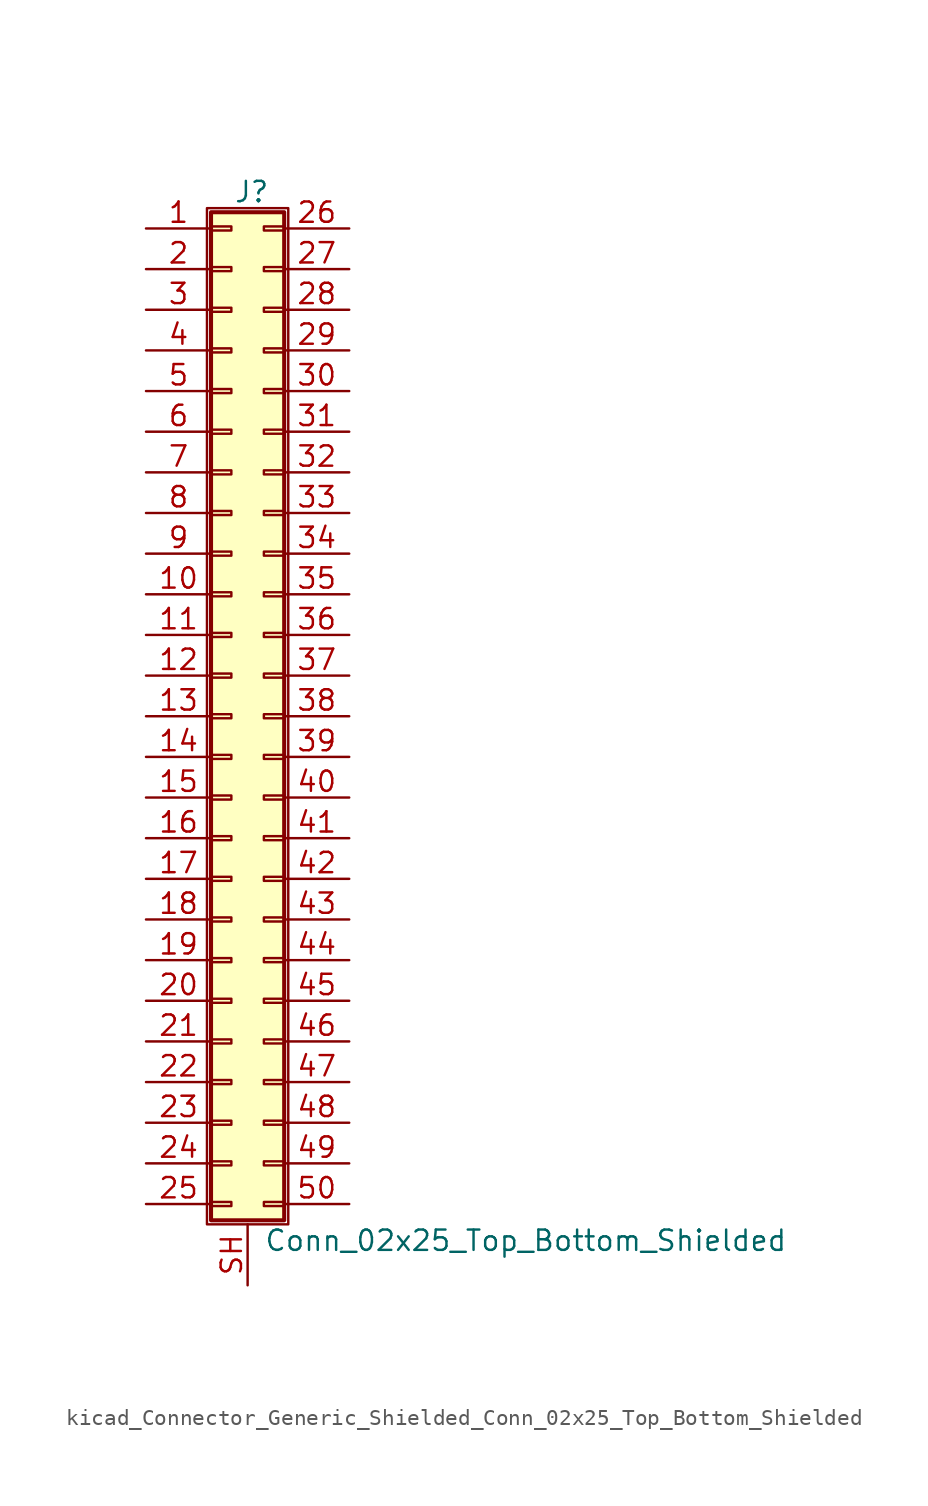
<source format=kicad_sym>
(kicad_symbol_lib
  (version 20220914)
  (generator kicad_symbol_editor)
  (symbol "kicad_Connector_Generic_Shielded_Conn_02x25_Top_Bottom_Shielded"
    (pin_names
      (offset 1.016) hide)
    (property "Reference" "J"
      (at 1.524 32.766 0)
      (effects (font (size 1.27 1.27))))
    (property "Value" "Conn_02x25_Top_Bottom_Shielded"
      (at 2.286 -32.766 0)
      (effects (font (size 1.27 1.27)) (justify left)))
    (symbol "kicad_Connector_Generic_Shielded_Conn_02x25_Top_Bottom_Shielded_1_1"
      (rectangle (start -1.27 31.75) (end 3.81 -31.75) (stroke (width 0.152) (type default)) (fill (type none)))
      (rectangle (start -1.016 -30.353) (end 0.254 -30.607) (stroke (width 0.152) (type default)) (fill (type none)))
      (rectangle (start -1.016 -27.813) (end 0.254 -28.067) (stroke (width 0.152) (type default)) (fill (type none)))
      (rectangle (start -1.016 -25.273) (end 0.254 -25.527) (stroke (width 0.152) (type default)) (fill (type none)))
      (rectangle (start -1.016 -22.733) (end 0.254 -22.987) (stroke (width 0.152) (type default)) (fill (type none)))
      (rectangle (start -1.016 -20.193) (end 0.254 -20.447) (stroke (width 0.152) (type default)) (fill (type none)))
      (rectangle (start -1.016 -17.653) (end 0.254 -17.907) (stroke (width 0.152) (type default)) (fill (type none)))
      (rectangle (start -1.016 -15.113) (end 0.254 -15.367) (stroke (width 0.152) (type default)) (fill (type none)))
      (rectangle (start -1.016 -12.573) (end 0.254 -12.827) (stroke (width 0.152) (type default)) (fill (type none)))
      (rectangle (start -1.016 -10.033) (end 0.254 -10.287) (stroke (width 0.152) (type default)) (fill (type none)))
      (rectangle (start -1.016 -7.493) (end 0.254 -7.747) (stroke (width 0.152) (type default)) (fill (type none)))
      (rectangle (start -1.016 -4.953) (end 0.254 -5.207) (stroke (width 0.152) (type default)) (fill (type none)))
      (rectangle (start -1.016 -2.413) (end 0.254 -2.667) (stroke (width 0.152) (type default)) (fill (type none)))
      (rectangle (start -1.016 0.127) (end 0.254 -0.127) (stroke (width 0.152) (type default)) (fill (type none)))
      (rectangle (start -1.016 2.667) (end 0.254 2.413) (stroke (width 0.152) (type default)) (fill (type none)))
      (rectangle (start -1.016 5.207) (end 0.254 4.953) (stroke (width 0.152) (type default)) (fill (type none)))
      (rectangle (start -1.016 7.747) (end 0.254 7.493) (stroke (width 0.152) (type default)) (fill (type none)))
      (rectangle (start -1.016 10.287) (end 0.254 10.033) (stroke (width 0.152) (type default)) (fill (type none)))
      (rectangle (start -1.016 12.827) (end 0.254 12.573) (stroke (width 0.152) (type default)) (fill (type none)))
      (rectangle (start -1.016 15.367) (end 0.254 15.113) (stroke (width 0.152) (type default)) (fill (type none)))
      (rectangle (start -1.016 17.907) (end 0.254 17.653) (stroke (width 0.152) (type default)) (fill (type none)))
      (rectangle (start -1.016 20.447) (end 0.254 20.193) (stroke (width 0.152) (type default)) (fill (type none)))
      (rectangle (start -1.016 22.987) (end 0.254 22.733) (stroke (width 0.152) (type default)) (fill (type none)))
      (rectangle (start -1.016 25.527) (end 0.254 25.273) (stroke (width 0.152) (type default)) (fill (type none)))
      (rectangle (start -1.016 28.067) (end 0.254 27.813) (stroke (width 0.152) (type default)) (fill (type none)))
      (rectangle (start -1.016 30.607) (end 0.254 30.353) (stroke (width 0.152) (type default)) (fill (type none)))
      (rectangle (start -1.016 31.496) (end 3.556 -31.496) (stroke (width 0.254) (type default)) (fill (type background)))
      (rectangle (start 3.556 -30.353) (end 2.286 -30.607) (stroke (width 0.152) (type default)) (fill (type none)))
      (rectangle (start 3.556 -27.813) (end 2.286 -28.067) (stroke (width 0.152) (type default)) (fill (type none)))
      (rectangle (start 3.556 -25.273) (end 2.286 -25.527) (stroke (width 0.152) (type default)) (fill (type none)))
      (rectangle (start 3.556 -22.733) (end 2.286 -22.987) (stroke (width 0.152) (type default)) (fill (type none)))
      (rectangle (start 3.556 -20.193) (end 2.286 -20.447) (stroke (width 0.152) (type default)) (fill (type none)))
      (rectangle (start 3.556 -17.653) (end 2.286 -17.907) (stroke (width 0.152) (type default)) (fill (type none)))
      (rectangle (start 3.556 -15.113) (end 2.286 -15.367) (stroke (width 0.152) (type default)) (fill (type none)))
      (rectangle (start 3.556 -12.573) (end 2.286 -12.827) (stroke (width 0.152) (type default)) (fill (type none)))
      (rectangle (start 3.556 -10.033) (end 2.286 -10.287) (stroke (width 0.152) (type default)) (fill (type none)))
      (rectangle (start 3.556 -7.493) (end 2.286 -7.747) (stroke (width 0.152) (type default)) (fill (type none)))
      (rectangle (start 3.556 -4.953) (end 2.286 -5.207) (stroke (width 0.152) (type default)) (fill (type none)))
      (rectangle (start 3.556 -2.413) (end 2.286 -2.667) (stroke (width 0.152) (type default)) (fill (type none)))
      (rectangle (start 3.556 0.127) (end 2.286 -0.127) (stroke (width 0.152) (type default)) (fill (type none)))
      (rectangle (start 3.556 2.667) (end 2.286 2.413) (stroke (width 0.152) (type default)) (fill (type none)))
      (rectangle (start 3.556 5.207) (end 2.286 4.953) (stroke (width 0.152) (type default)) (fill (type none)))
      (rectangle (start 3.556 7.747) (end 2.286 7.493) (stroke (width 0.152) (type default)) (fill (type none)))
      (rectangle (start 3.556 10.287) (end 2.286 10.033) (stroke (width 0.152) (type default)) (fill (type none)))
      (rectangle (start 3.556 12.827) (end 2.286 12.573) (stroke (width 0.152) (type default)) (fill (type none)))
      (rectangle (start 3.556 15.367) (end 2.286 15.113) (stroke (width 0.152) (type default)) (fill (type none)))
      (rectangle (start 3.556 17.907) (end 2.286 17.653) (stroke (width 0.152) (type default)) (fill (type none)))
      (rectangle (start 3.556 20.447) (end 2.286 20.193) (stroke (width 0.152) (type default)) (fill (type none)))
      (rectangle (start 3.556 22.987) (end 2.286 22.733) (stroke (width 0.152) (type default)) (fill (type none)))
      (rectangle (start 3.556 25.527) (end 2.286 25.273) (stroke (width 0.152) (type default)) (fill (type none)))
      (rectangle (start 3.556 28.067) (end 2.286 27.813) (stroke (width 0.152) (type default)) (fill (type none)))
      (rectangle (start 3.556 30.607) (end 2.286 30.353) (stroke (width 0.152) (type default)) (fill (type none)))
      (pin passive line (at -5.08 30.48 0) (length 4.064) (name "Pin_1" (effects (font (size 1.27 1.27)))) (number "1" (effects (font (size 1.27 1.27)))))
      (pin passive line (at -5.08 7.62 0) (length 4.064) (name "Pin_10" (effects (font (size 1.27 1.27)))) (number "10" (effects (font (size 1.27 1.27)))))
      (pin passive line (at -5.08 5.08 0) (length 4.064) (name "Pin_11" (effects (font (size 1.27 1.27)))) (number "11" (effects (font (size 1.27 1.27)))))
      (pin passive line (at -5.08 2.54 0) (length 4.064) (name "Pin_12" (effects (font (size 1.27 1.27)))) (number "12" (effects (font (size 1.27 1.27)))))
      (pin passive line (at -5.08 0 0) (length 4.064) (name "Pin_13" (effects (font (size 1.27 1.27)))) (number "13" (effects (font (size 1.27 1.27)))))
      (pin passive line (at -5.08 -2.54 0) (length 4.064) (name "Pin_14" (effects (font (size 1.27 1.27)))) (number "14" (effects (font (size 1.27 1.27)))))
      (pin passive line (at -5.08 -5.08 0) (length 4.064) (name "Pin_15" (effects (font (size 1.27 1.27)))) (number "15" (effects (font (size 1.27 1.27)))))
      (pin passive line (at -5.08 -7.62 0) (length 4.064) (name "Pin_16" (effects (font (size 1.27 1.27)))) (number "16" (effects (font (size 1.27 1.27)))))
      (pin passive line (at -5.08 -10.16 0) (length 4.064) (name "Pin_17" (effects (font (size 1.27 1.27)))) (number "17" (effects (font (size 1.27 1.27)))))
      (pin passive line (at -5.08 -12.7 0) (length 4.064) (name "Pin_18" (effects (font (size 1.27 1.27)))) (number "18" (effects (font (size 1.27 1.27)))))
      (pin passive line (at -5.08 -15.24 0) (length 4.064) (name "Pin_19" (effects (font (size 1.27 1.27)))) (number "19" (effects (font (size 1.27 1.27)))))
      (pin passive line (at -5.08 27.94 0) (length 4.064) (name "Pin_2" (effects (font (size 1.27 1.27)))) (number "2" (effects (font (size 1.27 1.27)))))
      (pin passive line (at -5.08 -17.78 0) (length 4.064) (name "Pin_20" (effects (font (size 1.27 1.27)))) (number "20" (effects (font (size 1.27 1.27)))))
      (pin passive line (at -5.08 -20.32 0) (length 4.064) (name "Pin_21" (effects (font (size 1.27 1.27)))) (number "21" (effects (font (size 1.27 1.27)))))
      (pin passive line (at -5.08 -22.86 0) (length 4.064) (name "Pin_22" (effects (font (size 1.27 1.27)))) (number "22" (effects (font (size 1.27 1.27)))))
      (pin passive line (at -5.08 -25.4 0) (length 4.064) (name "Pin_23" (effects (font (size 1.27 1.27)))) (number "23" (effects (font (size 1.27 1.27)))))
      (pin passive line (at -5.08 -27.94 0) (length 4.064) (name "Pin_24" (effects (font (size 1.27 1.27)))) (number "24" (effects (font (size 1.27 1.27)))))
      (pin passive line (at -5.08 -30.48 0) (length 4.064) (name "Pin_25" (effects (font (size 1.27 1.27)))) (number "25" (effects (font (size 1.27 1.27)))))
      (pin passive line (at 7.62 30.48 180) (length 4.064) (name "Pin_26" (effects (font (size 1.27 1.27)))) (number "26" (effects (font (size 1.27 1.27)))))
      (pin passive line (at 7.62 27.94 180) (length 4.064) (name "Pin_27" (effects (font (size 1.27 1.27)))) (number "27" (effects (font (size 1.27 1.27)))))
      (pin passive line (at 7.62 25.4 180) (length 4.064) (name "Pin_28" (effects (font (size 1.27 1.27)))) (number "28" (effects (font (size 1.27 1.27)))))
      (pin passive line (at 7.62 22.86 180) (length 4.064) (name "Pin_29" (effects (font (size 1.27 1.27)))) (number "29" (effects (font (size 1.27 1.27)))))
      (pin passive line (at -5.08 25.4 0) (length 4.064) (name "Pin_3" (effects (font (size 1.27 1.27)))) (number "3" (effects (font (size 1.27 1.27)))))
      (pin passive line (at 7.62 20.32 180) (length 4.064) (name "Pin_30" (effects (font (size 1.27 1.27)))) (number "30" (effects (font (size 1.27 1.27)))))
      (pin passive line (at 7.62 17.78 180) (length 4.064) (name "Pin_31" (effects (font (size 1.27 1.27)))) (number "31" (effects (font (size 1.27 1.27)))))
      (pin passive line (at 7.62 15.24 180) (length 4.064) (name "Pin_32" (effects (font (size 1.27 1.27)))) (number "32" (effects (font (size 1.27 1.27)))))
      (pin passive line (at 7.62 12.7 180) (length 4.064) (name "Pin_33" (effects (font (size 1.27 1.27)))) (number "33" (effects (font (size 1.27 1.27)))))
      (pin passive line (at 7.62 10.16 180) (length 4.064) (name "Pin_34" (effects (font (size 1.27 1.27)))) (number "34" (effects (font (size 1.27 1.27)))))
      (pin passive line (at 7.62 7.62 180) (length 4.064) (name "Pin_35" (effects (font (size 1.27 1.27)))) (number "35" (effects (font (size 1.27 1.27)))))
      (pin passive line (at 7.62 5.08 180) (length 4.064) (name "Pin_36" (effects (font (size 1.27 1.27)))) (number "36" (effects (font (size 1.27 1.27)))))
      (pin passive line (at 7.62 2.54 180) (length 4.064) (name "Pin_37" (effects (font (size 1.27 1.27)))) (number "37" (effects (font (size 1.27 1.27)))))
      (pin passive line (at 7.62 0 180) (length 4.064) (name "Pin_38" (effects (font (size 1.27 1.27)))) (number "38" (effects (font (size 1.27 1.27)))))
      (pin passive line (at 7.62 -2.54 180) (length 4.064) (name "Pin_39" (effects (font (size 1.27 1.27)))) (number "39" (effects (font (size 1.27 1.27)))))
      (pin passive line (at -5.08 22.86 0) (length 4.064) (name "Pin_4" (effects (font (size 1.27 1.27)))) (number "4" (effects (font (size 1.27 1.27)))))
      (pin passive line (at 7.62 -5.08 180) (length 4.064) (name "Pin_40" (effects (font (size 1.27 1.27)))) (number "40" (effects (font (size 1.27 1.27)))))
      (pin passive line (at 7.62 -7.62 180) (length 4.064) (name "Pin_41" (effects (font (size 1.27 1.27)))) (number "41" (effects (font (size 1.27 1.27)))))
      (pin passive line (at 7.62 -10.16 180) (length 4.064) (name "Pin_42" (effects (font (size 1.27 1.27)))) (number "42" (effects (font (size 1.27 1.27)))))
      (pin passive line (at 7.62 -12.7 180) (length 4.064) (name "Pin_43" (effects (font (size 1.27 1.27)))) (number "43" (effects (font (size 1.27 1.27)))))
      (pin passive line (at 7.62 -15.24 180) (length 4.064) (name "Pin_44" (effects (font (size 1.27 1.27)))) (number "44" (effects (font (size 1.27 1.27)))))
      (pin passive line (at 7.62 -17.78 180) (length 4.064) (name "Pin_45" (effects (font (size 1.27 1.27)))) (number "45" (effects (font (size 1.27 1.27)))))
      (pin passive line (at 7.62 -20.32 180) (length 4.064) (name "Pin_46" (effects (font (size 1.27 1.27)))) (number "46" (effects (font (size 1.27 1.27)))))
      (pin passive line (at 7.62 -22.86 180) (length 4.064) (name "Pin_47" (effects (font (size 1.27 1.27)))) (number "47" (effects (font (size 1.27 1.27)))))
      (pin passive line (at 7.62 -25.4 180) (length 4.064) (name "Pin_48" (effects (font (size 1.27 1.27)))) (number "48" (effects (font (size 1.27 1.27)))))
      (pin passive line (at 7.62 -27.94 180) (length 4.064) (name "Pin_49" (effects (font (size 1.27 1.27)))) (number "49" (effects (font (size 1.27 1.27)))))
      (pin passive line (at -5.08 20.32 0) (length 4.064) (name "Pin_5" (effects (font (size 1.27 1.27)))) (number "5" (effects (font (size 1.27 1.27)))))
      (pin passive line (at 7.62 -30.48 180) (length 4.064) (name "Pin_50" (effects (font (size 1.27 1.27)))) (number "50" (effects (font (size 1.27 1.27)))))
      (pin passive line (at -5.08 17.78 0) (length 4.064) (name "Pin_6" (effects (font (size 1.27 1.27)))) (number "6" (effects (font (size 1.27 1.27)))))
      (pin passive line (at -5.08 15.24 0) (length 4.064) (name "Pin_7" (effects (font (size 1.27 1.27)))) (number "7" (effects (font (size 1.27 1.27)))))
      (pin passive line (at -5.08 12.7 0) (length 4.064) (name "Pin_8" (effects (font (size 1.27 1.27)))) (number "8" (effects (font (size 1.27 1.27)))))
      (pin passive line (at -5.08 10.16 0) (length 4.064) (name "Pin_9" (effects (font (size 1.27 1.27)))) (number "9" (effects (font (size 1.27 1.27)))))
      (pin passive line (at 1.27 -35.56 90) (length 3.81) (name "Shield" (effects (font (size 1.27 1.27)))) (number "SH" (effects (font (size 1.27 1.27))))))))
</source>
